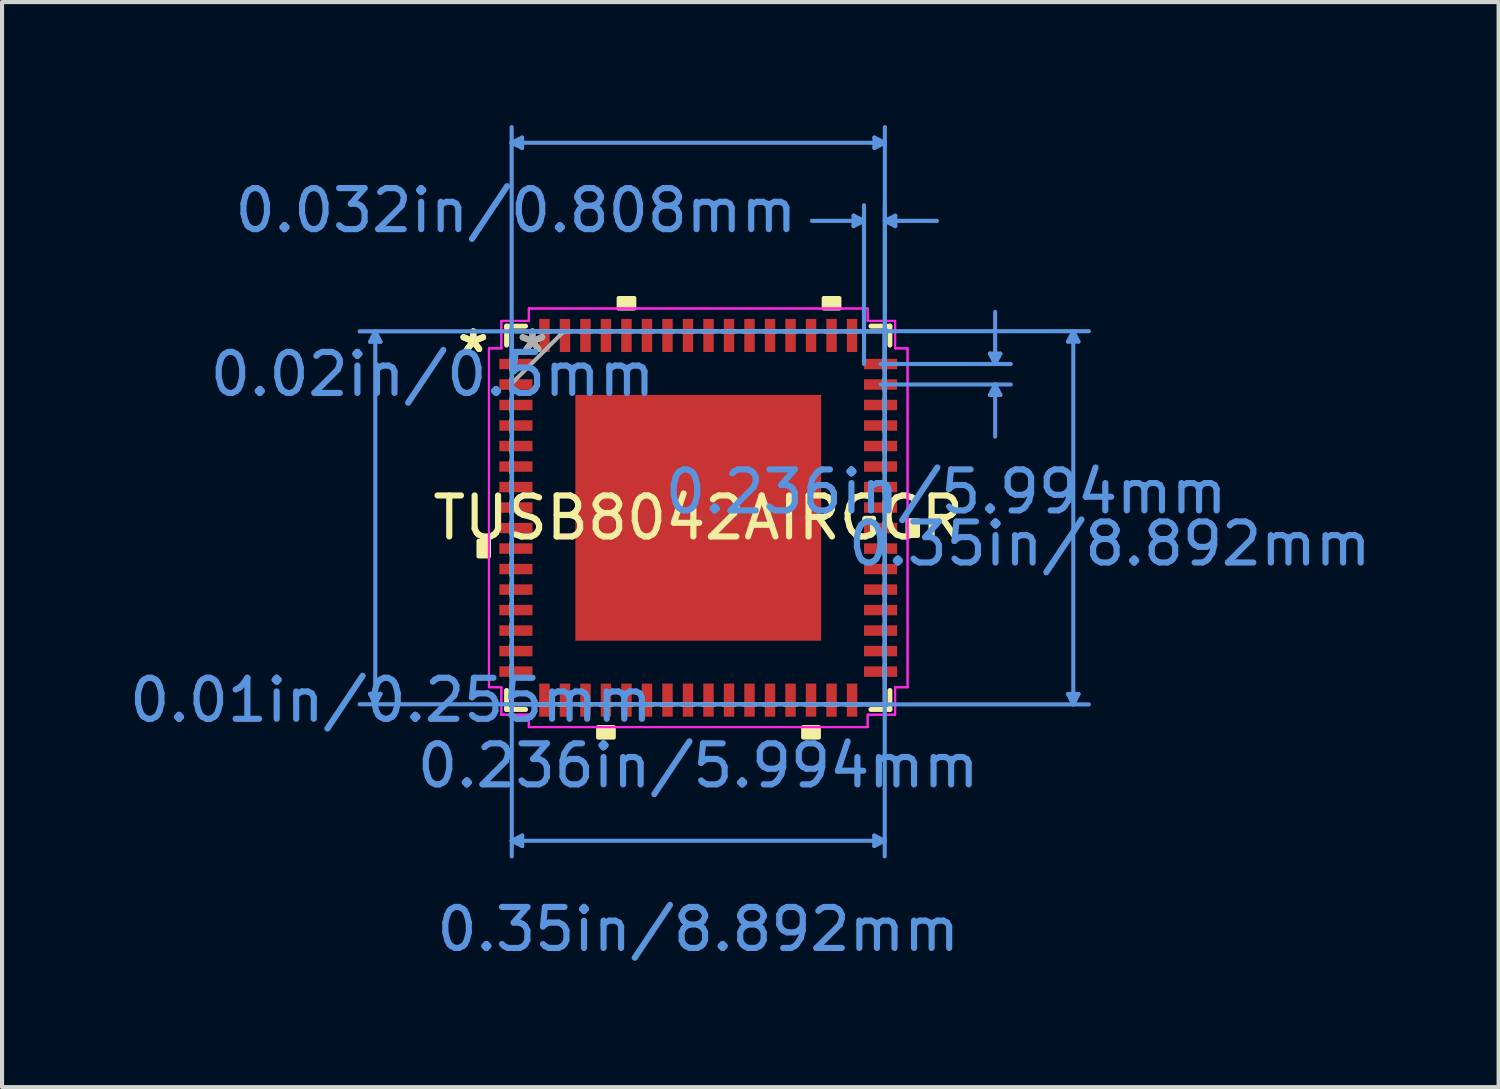
<source format=kicad_pcb>
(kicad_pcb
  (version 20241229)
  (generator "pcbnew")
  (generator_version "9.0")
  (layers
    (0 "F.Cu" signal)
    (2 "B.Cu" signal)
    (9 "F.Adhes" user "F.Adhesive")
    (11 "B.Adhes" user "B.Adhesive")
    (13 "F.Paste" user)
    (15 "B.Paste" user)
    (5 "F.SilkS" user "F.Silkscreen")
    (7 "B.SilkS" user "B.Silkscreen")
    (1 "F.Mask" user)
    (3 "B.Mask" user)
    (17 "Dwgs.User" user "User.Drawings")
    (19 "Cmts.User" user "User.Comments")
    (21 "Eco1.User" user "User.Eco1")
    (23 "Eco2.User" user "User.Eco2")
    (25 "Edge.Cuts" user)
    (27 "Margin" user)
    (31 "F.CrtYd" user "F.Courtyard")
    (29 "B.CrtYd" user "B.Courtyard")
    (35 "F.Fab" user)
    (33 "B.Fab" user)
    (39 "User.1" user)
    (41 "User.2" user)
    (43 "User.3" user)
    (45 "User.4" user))
  (footprint "TUSB8042AIRGCR"
    (layer "F.Cu")
    (at 13.976 9.576)
    (property "Reference" "TUSB8042AIRGCR" (at 0 0 0) (layer "F.SilkS") (effects (font (size 1 1) (thickness 0.15))))
    (attr through_hole)
    (fp_line (start -4.674 -4.674) (end -4.674 -4.21) (stroke (width 0.12) (type solid)) (layer "F.SilkS"))
    (fp_line (start -4.674 4.21) (end -4.674 4.674) (stroke (width 0.12) (type solid)) (layer "F.SilkS"))
    (fp_line (start -4.674 4.674) (end -4.21 4.674) (stroke (width 0.12) (type solid)) (layer "F.SilkS"))
    (fp_line (start -4.21 -4.674) (end -4.674 -4.674) (stroke (width 0.12) (type solid)) (layer "F.SilkS"))
    (fp_line (start 4.21 4.674) (end 4.674 4.674) (stroke (width 0.12) (type solid)) (layer "F.SilkS"))
    (fp_line (start 4.674 -4.674) (end 4.21 -4.674) (stroke (width 0.12) (type solid)) (layer "F.SilkS"))
    (fp_line (start 4.674 -4.21) (end 4.674 -4.674) (stroke (width 0.12) (type solid)) (layer "F.SilkS"))
    (fp_line (start 4.674 4.674) (end 4.674 4.21) (stroke (width 0.12) (type solid)) (layer "F.SilkS"))
    (fp_poly (pts (xy -5.358 0.56) (xy -5.358 0.941) (xy -5.104 0.941) (xy -5.104 0.56)) (stroke (width 0.1) (type solid)) (fill yes) (layer "F.SilkS"))
    (fp_poly (pts (xy -2.441 5.104) (xy -2.441 5.358) (xy -2.06 5.358) (xy -2.06 5.104)) (stroke (width 0.1) (type solid)) (fill yes) (layer "F.SilkS"))
    (fp_poly (pts (xy -1.94 -5.104) (xy -1.94 -5.358) (xy -1.559 -5.358) (xy -1.559 -5.104)) (stroke (width 0.1) (type solid)) (fill yes) (layer "F.SilkS"))
    (fp_poly (pts (xy 2.559 5.104) (xy 2.559 5.358) (xy 2.941 5.358) (xy 2.941 5.104)) (stroke (width 0.1) (type solid)) (fill yes) (layer "F.SilkS"))
    (fp_poly (pts (xy 3.06 -5.104) (xy 3.06 -5.358) (xy 3.441 -5.358) (xy 3.441 -5.104)) (stroke (width 0.1) (type solid)) (fill yes) (layer "F.SilkS"))
    (fp_poly (pts (xy 5.358 0.059) (xy 5.358 0.441) (xy 5.104 0.441) (xy 5.104 0.059)) (stroke (width 0.1) (type solid)) (fill yes) (layer "F.SilkS"))
    (fp_poly (pts (xy -2.897 -2.897) (xy -2.897 -1.599) (xy -1.599 -1.599) (xy -1.599 -2.897)) (stroke (width 0.1) (type solid)) (fill yes) (layer "F.Paste"))
    (fp_poly (pts (xy -2.897 -1.399) (xy -2.897 -0.1) (xy -1.599 -0.1) (xy -1.599 -1.399)) (stroke (width 0.1) (type solid)) (fill yes) (layer "F.Paste"))
    (fp_poly (pts (xy -2.897 0.1) (xy -2.897 1.399) (xy -1.599 1.399) (xy -1.599 0.1)) (stroke (width 0.1) (type solid)) (fill yes) (layer "F.Paste"))
    (fp_poly (pts (xy -2.897 1.599) (xy -2.897 2.897) (xy -1.599 2.897) (xy -1.599 1.599)) (stroke (width 0.1) (type solid)) (fill yes) (layer "F.Paste"))
    (fp_poly (pts (xy -1.399 -2.897) (xy -1.399 -1.599) (xy -0.1 -1.599) (xy -0.1 -2.897)) (stroke (width 0.1) (type solid)) (fill yes) (layer "F.Paste"))
    (fp_poly (pts (xy -1.399 -1.399) (xy -1.399 -0.1) (xy -0.1 -0.1) (xy -0.1 -1.399)) (stroke (width 0.1) (type solid)) (fill yes) (layer "F.Paste"))
    (fp_poly (pts (xy -1.399 0.1) (xy -1.399 1.399) (xy -0.1 1.399) (xy -0.1 0.1)) (stroke (width 0.1) (type solid)) (fill yes) (layer "F.Paste"))
    (fp_poly (pts (xy -1.399 1.599) (xy -1.399 2.897) (xy -0.1 2.897) (xy -0.1 1.599)) (stroke (width 0.1) (type solid)) (fill yes) (layer "F.Paste"))
    (fp_poly (pts (xy 0.1 -2.897) (xy 0.1 -1.599) (xy 1.399 -1.599) (xy 1.399 -2.897)) (stroke (width 0.1) (type solid)) (fill yes) (layer "F.Paste"))
    (fp_poly (pts (xy 0.1 -1.399) (xy 0.1 -0.1) (xy 1.399 -0.1) (xy 1.399 -1.399)) (stroke (width 0.1) (type solid)) (fill yes) (layer "F.Paste"))
    (fp_poly (pts (xy 0.1 0.1) (xy 0.1 1.399) (xy 1.399 1.399) (xy 1.399 0.1)) (stroke (width 0.1) (type solid)) (fill yes) (layer "F.Paste"))
    (fp_poly (pts (xy 0.1 1.599) (xy 0.1 2.897) (xy 1.399 2.897) (xy 1.399 1.599)) (stroke (width 0.1) (type solid)) (fill yes) (layer "F.Paste"))
    (fp_poly (pts (xy 1.599 -2.897) (xy 1.599 -1.599) (xy 2.897 -1.599) (xy 2.897 -2.897)) (stroke (width 0.1) (type solid)) (fill yes) (layer "F.Paste"))
    (fp_poly (pts (xy 1.599 -1.399) (xy 1.599 -0.1) (xy 2.897 -0.1) (xy 2.897 -1.399)) (stroke (width 0.1) (type solid)) (fill yes) (layer "F.Paste"))
    (fp_poly (pts (xy 1.599 0.1) (xy 1.599 1.399) (xy 2.897 1.399) (xy 2.897 0.1)) (stroke (width 0.1) (type solid)) (fill yes) (layer "F.Paste"))
    (fp_poly (pts (xy 1.599 1.599) (xy 1.599 2.897) (xy 2.897 2.897) (xy 2.897 1.599)) (stroke (width 0.1) (type solid)) (fill yes) (layer "F.Paste"))
    (fp_line (start -8.002 -4.293) (end -7.748 -4.293) (stroke (width 0.1) (type solid)) (layer "Cmts.User"))
    (fp_line (start -8.002 4.293) (end -7.748 4.293) (stroke (width 0.1) (type solid)) (layer "Cmts.User"))
    (fp_line (start -7.875 -4.547) (end -8.002 -4.293) (stroke (width 0.1) (type solid)) (layer "Cmts.User"))
    (fp_line (start -7.875 -4.547) (end -7.875 4.547) (stroke (width 0.1) (type solid)) (layer "Cmts.User"))
    (fp_line (start -7.875 -4.547) (end -7.748 -4.293) (stroke (width 0.1) (type solid)) (layer "Cmts.User"))
    (fp_line (start -7.875 4.547) (end -8.002 4.293) (stroke (width 0.1) (type solid)) (layer "Cmts.User"))
    (fp_line (start -7.875 4.547) (end -7.748 4.293) (stroke (width 0.1) (type solid)) (layer "Cmts.User"))
    (fp_line (start -4.55 -9.145) (end -4.296 -9.272) (stroke (width 0.1) (type solid)) (layer "Cmts.User"))
    (fp_line (start -4.55 -9.145) (end -4.296 -9.018) (stroke (width 0.1) (type solid)) (layer "Cmts.User"))
    (fp_line (start -4.55 -9.145) (end 4.55 -9.145) (stroke (width 0.1) (type solid)) (layer "Cmts.User"))
    (fp_line (start -4.55 -3.75) (end -4.55 -9.526) (stroke (width 0.1) (type solid)) (layer "Cmts.User"))
    (fp_line (start -4.547 -4.547) (end -4.547 8.256) (stroke (width 0.1) (type solid)) (layer "Cmts.User"))
    (fp_line (start -4.547 7.875) (end -4.293 7.748) (stroke (width 0.1) (type solid)) (layer "Cmts.User"))
    (fp_line (start -4.547 7.875) (end -4.293 8.002) (stroke (width 0.1) (type solid)) (layer "Cmts.User"))
    (fp_line (start -4.547 7.875) (end 4.547 7.875) (stroke (width 0.1) (type solid)) (layer "Cmts.User"))
    (fp_line (start -4.296 -9.272) (end -4.296 -9.018) (stroke (width 0.1) (type solid)) (layer "Cmts.User"))
    (fp_line (start -4.293 7.748) (end -4.293 8.002) (stroke (width 0.1) (type solid)) (layer "Cmts.User"))
    (fp_line (start 3.75 -4.55) (end 9.526 -4.55) (stroke (width 0.1) (type solid)) (layer "Cmts.User"))
    (fp_line (start 3.75 4.55) (end 9.526 4.55) (stroke (width 0.1) (type solid)) (layer "Cmts.User"))
    (fp_line (start 3.788 -7.367) (end 3.788 -7.113) (stroke (width 0.1) (type solid)) (layer "Cmts.User"))
    (fp_line (start 4.042 -7.24) (end 2.772 -7.24) (stroke (width 0.1) (type solid)) (layer "Cmts.User"))
    (fp_line (start 4.042 -7.24) (end 3.788 -7.367) (stroke (width 0.1) (type solid)) (layer "Cmts.User"))
    (fp_line (start 4.042 -7.24) (end 3.788 -7.113) (stroke (width 0.1) (type solid)) (layer "Cmts.User"))
    (fp_line (start 4.042 -3.75) (end 4.042 -7.621) (stroke (width 0.1) (type solid)) (layer "Cmts.User"))
    (fp_line (start 4.293 7.748) (end 4.293 8.002) (stroke (width 0.1) (type solid)) (layer "Cmts.User"))
    (fp_line (start 4.296 -9.272) (end 4.296 -9.018) (stroke (width 0.1) (type solid)) (layer "Cmts.User"))
    (fp_line (start 4.446 -3.75) (end 7.621 -3.75) (stroke (width 0.1) (type solid)) (layer "Cmts.User"))
    (fp_line (start 4.446 -3.25) (end 7.621 -3.25) (stroke (width 0.1) (type solid)) (layer "Cmts.User"))
    (fp_line (start 4.547 -4.547) (end -8.256 -4.547) (stroke (width 0.1) (type solid)) (layer "Cmts.User"))
    (fp_line (start 4.547 -4.547) (end 4.547 8.256) (stroke (width 0.1) (type solid)) (layer "Cmts.User"))
    (fp_line (start 4.547 4.547) (end -8.256 4.547) (stroke (width 0.1) (type solid)) (layer "Cmts.User"))
    (fp_line (start 4.547 7.875) (end 4.293 7.748) (stroke (width 0.1) (type solid)) (layer "Cmts.User"))
    (fp_line (start 4.547 7.875) (end 4.293 8.002) (stroke (width 0.1) (type solid)) (layer "Cmts.User"))
    (fp_line (start 4.55 -9.145) (end 4.296 -9.272) (stroke (width 0.1) (type solid)) (layer "Cmts.User"))
    (fp_line (start 4.55 -9.145) (end 4.296 -9.018) (stroke (width 0.1) (type solid)) (layer "Cmts.User"))
    (fp_line (start 4.55 -7.24) (end 4.804 -7.367) (stroke (width 0.1) (type solid)) (layer "Cmts.User"))
    (fp_line (start 4.55 -7.24) (end 4.804 -7.113) (stroke (width 0.1) (type solid)) (layer "Cmts.User"))
    (fp_line (start 4.55 -7.24) (end 5.82 -7.24) (stroke (width 0.1) (type solid)) (layer "Cmts.User"))
    (fp_line (start 4.55 -3.75) (end 4.55 -9.526) (stroke (width 0.1) (type solid)) (layer "Cmts.User"))
    (fp_line (start 4.55 -3.75) (end 4.55 -7.621) (stroke (width 0.1) (type solid)) (layer "Cmts.User"))
    (fp_line (start 4.804 -7.367) (end 4.804 -7.113) (stroke (width 0.1) (type solid)) (layer "Cmts.User"))
    (fp_line (start 7.113 -4.004) (end 7.367 -4.004) (stroke (width 0.1) (type solid)) (layer "Cmts.User"))
    (fp_line (start 7.113 -2.996) (end 7.367 -2.996) (stroke (width 0.1) (type solid)) (layer "Cmts.User"))
    (fp_line (start 7.24 -3.75) (end 7.113 -4.004) (stroke (width 0.1) (type solid)) (layer "Cmts.User"))
    (fp_line (start 7.24 -3.75) (end 7.24 -5.02) (stroke (width 0.1) (type solid)) (layer "Cmts.User"))
    (fp_line (start 7.24 -3.75) (end 7.367 -4.004) (stroke (width 0.1) (type solid)) (layer "Cmts.User"))
    (fp_line (start 7.24 -3.25) (end 7.113 -2.996) (stroke (width 0.1) (type solid)) (layer "Cmts.User"))
    (fp_line (start 7.24 -3.25) (end 7.24 -1.98) (stroke (width 0.1) (type solid)) (layer "Cmts.User"))
    (fp_line (start 7.24 -3.25) (end 7.367 -2.996) (stroke (width 0.1) (type solid)) (layer "Cmts.User"))
    (fp_line (start 9.018 -4.296) (end 9.272 -4.296) (stroke (width 0.1) (type solid)) (layer "Cmts.User"))
    (fp_line (start 9.018 4.296) (end 9.272 4.296) (stroke (width 0.1) (type solid)) (layer "Cmts.User"))
    (fp_line (start 9.145 -4.55) (end 9.018 -4.296) (stroke (width 0.1) (type solid)) (layer "Cmts.User"))
    (fp_line (start 9.145 -4.55) (end 9.145 4.55) (stroke (width 0.1) (type solid)) (layer "Cmts.User"))
    (fp_line (start 9.145 -4.55) (end 9.272 -4.296) (stroke (width 0.1) (type solid)) (layer "Cmts.User"))
    (fp_line (start 9.145 4.55) (end 9.018 4.296) (stroke (width 0.1) (type solid)) (layer "Cmts.User"))
    (fp_line (start 9.145 4.55) (end 9.272 4.296) (stroke (width 0.1) (type solid)) (layer "Cmts.User"))
    (fp_line (start -5.104 -4.131) (end -4.801 -4.131) (stroke (width 0.05) (type solid)) (layer "F.CrtYd"))
    (fp_line (start -5.104 -4.131) (end -4.801 -4.131) (stroke (width 0.05) (type solid)) (layer "F.CrtYd"))
    (fp_line (start -5.104 4.131) (end -5.104 -4.131) (stroke (width 0.05) (type solid)) (layer "F.CrtYd"))
    (fp_line (start -5.104 4.131) (end -5.104 -4.131) (stroke (width 0.05) (type solid)) (layer "F.CrtYd"))
    (fp_line (start -4.801 -4.801) (end -4.131 -4.801) (stroke (width 0.05) (type solid)) (layer "F.CrtYd"))
    (fp_line (start -4.801 -4.801) (end -4.131 -4.801) (stroke (width 0.05) (type solid)) (layer "F.CrtYd"))
    (fp_line (start -4.801 -4.131) (end -4.801 -4.801) (stroke (width 0.05) (type solid)) (layer "F.CrtYd"))
    (fp_line (start -4.801 -4.131) (end -4.801 -4.801) (stroke (width 0.05) (type solid)) (layer "F.CrtYd"))
    (fp_line (start -4.801 4.131) (end -5.104 4.131) (stroke (width 0.05) (type solid)) (layer "F.CrtYd"))
    (fp_line (start -4.801 4.131) (end -5.104 4.131) (stroke (width 0.05) (type solid)) (layer "F.CrtYd"))
    (fp_line (start -4.801 4.801) (end -4.801 4.131) (stroke (width 0.05) (type solid)) (layer "F.CrtYd"))
    (fp_line (start -4.801 4.801) (end -4.801 4.131) (stroke (width 0.05) (type solid)) (layer "F.CrtYd"))
    (fp_line (start -4.131 -5.104) (end 4.131 -5.104) (stroke (width 0.05) (type solid)) (layer "F.CrtYd"))
    (fp_line (start -4.131 -5.104) (end 4.131 -5.104) (stroke (width 0.05) (type solid)) (layer "F.CrtYd"))
    (fp_line (start -4.131 -4.801) (end -4.131 -5.104) (stroke (width 0.05) (type solid)) (layer "F.CrtYd"))
    (fp_line (start -4.131 -4.801) (end -4.131 -5.104) (stroke (width 0.05) (type solid)) (layer "F.CrtYd"))
    (fp_line (start -4.131 4.801) (end -4.801 4.801) (stroke (width 0.05) (type solid)) (layer "F.CrtYd"))
    (fp_line (start -4.131 4.801) (end -4.801 4.801) (stroke (width 0.05) (type solid)) (layer "F.CrtYd"))
    (fp_line (start -4.131 5.104) (end -4.131 4.801) (stroke (width 0.05) (type solid)) (layer "F.CrtYd"))
    (fp_line (start -4.131 5.104) (end -4.131 4.801) (stroke (width 0.05) (type solid)) (layer "F.CrtYd"))
    (fp_line (start 4.131 -5.104) (end 4.131 -4.801) (stroke (width 0.05) (type solid)) (layer "F.CrtYd"))
    (fp_line (start 4.131 -5.104) (end 4.131 -4.801) (stroke (width 0.05) (type solid)) (layer "F.CrtYd"))
    (fp_line (start 4.131 -4.801) (end 4.801 -4.801) (stroke (width 0.05) (type solid)) (layer "F.CrtYd"))
    (fp_line (start 4.131 -4.801) (end 4.801 -4.801) (stroke (width 0.05) (type solid)) (layer "F.CrtYd"))
    (fp_line (start 4.131 4.801) (end 4.131 5.104) (stroke (width 0.05) (type solid)) (layer "F.CrtYd"))
    (fp_line (start 4.131 4.801) (end 4.131 5.104) (stroke (width 0.05) (type solid)) (layer "F.CrtYd"))
    (fp_line (start 4.131 5.104) (end -4.131 5.104) (stroke (width 0.05) (type solid)) (layer "F.CrtYd"))
    (fp_line (start 4.131 5.104) (end -4.131 5.104) (stroke (width 0.05) (type solid)) (layer "F.CrtYd"))
    (fp_line (start 4.801 -4.801) (end 4.801 -4.131) (stroke (width 0.05) (type solid)) (layer "F.CrtYd"))
    (fp_line (start 4.801 -4.801) (end 4.801 -4.131) (stroke (width 0.05) (type solid)) (layer "F.CrtYd"))
    (fp_line (start 4.801 -4.131) (end 5.104 -4.131) (stroke (width 0.05) (type solid)) (layer "F.CrtYd"))
    (fp_line (start 4.801 -4.131) (end 5.104 -4.131) (stroke (width 0.05) (type solid)) (layer "F.CrtYd"))
    (fp_line (start 4.801 4.131) (end 4.801 4.801) (stroke (width 0.05) (type solid)) (layer "F.CrtYd"))
    (fp_line (start 4.801 4.131) (end 4.801 4.801) (stroke (width 0.05) (type solid)) (layer "F.CrtYd"))
    (fp_line (start 4.801 4.801) (end 4.131 4.801) (stroke (width 0.05) (type solid)) (layer "F.CrtYd"))
    (fp_line (start 4.801 4.801) (end 4.131 4.801) (stroke (width 0.05) (type solid)) (layer "F.CrtYd"))
    (fp_line (start 5.104 -4.131) (end 5.104 4.131) (stroke (width 0.05) (type solid)) (layer "F.CrtYd"))
    (fp_line (start 5.104 -4.131) (end 5.104 4.131) (stroke (width 0.05) (type solid)) (layer "F.CrtYd"))
    (fp_line (start 5.104 4.131) (end 4.801 4.131) (stroke (width 0.05) (type solid)) (layer "F.CrtYd"))
    (fp_line (start 5.104 4.131) (end 4.801 4.131) (stroke (width 0.05) (type solid)) (layer "F.CrtYd"))
    (fp_line (start -4.55 -3.902) (end -4.55 -3.598) (stroke (width 0.1) (type solid)) (layer "F.Fab"))
    (fp_line (start -4.55 -3.598) (end -4.547 -3.598) (stroke (width 0.1) (type solid)) (layer "F.Fab"))
    (fp_line (start -4.55 -3.402) (end -4.55 -3.098) (stroke (width 0.1) (type solid)) (layer "F.Fab"))
    (fp_line (start -4.55 -3.098) (end -4.547 -3.098) (stroke (width 0.1) (type solid)) (layer "F.Fab"))
    (fp_line (start -4.55 -2.902) (end -4.55 -2.598) (stroke (width 0.1) (type solid)) (layer "F.Fab"))
    (fp_line (start -4.55 -2.598) (end -4.547 -2.598) (stroke (width 0.1) (type solid)) (layer "F.Fab"))
    (fp_line (start -4.55 -2.402) (end -4.55 -2.098) (stroke (width 0.1) (type solid)) (layer "F.Fab"))
    (fp_line (start -4.55 -2.098) (end -4.547 -2.098) (stroke (width 0.1) (type solid)) (layer "F.Fab"))
    (fp_line (start -4.55 -1.902) (end -4.55 -1.598) (stroke (width 0.1) (type solid)) (layer "F.Fab"))
    (fp_line (start -4.55 -1.598) (end -4.547 -1.598) (stroke (width 0.1) (type solid)) (layer "F.Fab"))
    (fp_line (start -4.55 -1.402) (end -4.55 -1.098) (stroke (width 0.1) (type solid)) (layer "F.Fab"))
    (fp_line (start -4.55 -1.098) (end -4.547 -1.098) (stroke (width 0.1) (type solid)) (layer "F.Fab"))
    (fp_line (start -4.55 -0.902) (end -4.55 -0.598) (stroke (width 0.1) (type solid)) (layer "F.Fab"))
    (fp_line (start -4.55 -0.598) (end -4.547 -0.598) (stroke (width 0.1) (type solid)) (layer "F.Fab"))
    (fp_line (start -4.55 -0.402) (end -4.55 -0.098) (stroke (width 0.1) (type solid)) (layer "F.Fab"))
    (fp_line (start -4.55 -0.098) (end -4.547 -0.098) (stroke (width 0.1) (type solid)) (layer "F.Fab"))
    (fp_line (start -4.55 0.098) (end -4.55 0.402) (stroke (width 0.1) (type solid)) (layer "F.Fab"))
    (fp_line (start -4.55 0.402) (end -4.547 0.402) (stroke (width 0.1) (type solid)) (layer "F.Fab"))
    (fp_line (start -4.55 0.598) (end -4.55 0.902) (stroke (width 0.1) (type solid)) (layer "F.Fab"))
    (fp_line (start -4.55 0.902) (end -4.547 0.902) (stroke (width 0.1) (type solid)) (layer "F.Fab"))
    (fp_line (start -4.55 1.098) (end -4.55 1.402) (stroke (width 0.1) (type solid)) (layer "F.Fab"))
    (fp_line (start -4.55 1.402) (end -4.547 1.402) (stroke (width 0.1) (type solid)) (layer "F.Fab"))
    (fp_line (start -4.55 1.598) (end -4.55 1.902) (stroke (width 0.1) (type solid)) (layer "F.Fab"))
    (fp_line (start -4.55 1.902) (end -4.547 1.902) (stroke (width 0.1) (type solid)) (layer "F.Fab"))
    (fp_line (start -4.55 2.098) (end -4.55 2.402) (stroke (width 0.1) (type solid)) (layer "F.Fab"))
    (fp_line (start -4.55 2.402) (end -4.547 2.402) (stroke (width 0.1) (type solid)) (layer "F.Fab"))
    (fp_line (start -4.55 2.598) (end -4.55 2.902) (stroke (width 0.1) (type solid)) (layer "F.Fab"))
    (fp_line (start -4.55 2.902) (end -4.547 2.902) (stroke (width 0.1) (type solid)) (layer "F.Fab"))
    (fp_line (start -4.55 3.098) (end -4.55 3.402) (stroke (width 0.1) (type solid)) (layer "F.Fab"))
    (fp_line (start -4.55 3.402) (end -4.547 3.402) (stroke (width 0.1) (type solid)) (layer "F.Fab"))
    (fp_line (start -4.55 3.598) (end -4.55 3.902) (stroke (width 0.1) (type solid)) (layer "F.Fab"))
    (fp_line (start -4.55 3.902) (end -4.547 3.902) (stroke (width 0.1) (type solid)) (layer "F.Fab"))
    (fp_line (start -4.547 -4.547) (end -4.547 -4.547) (stroke (width 0.1) (type solid)) (layer "F.Fab"))
    (fp_line (start -4.547 -4.547) (end -4.547 4.547) (stroke (width 0.1) (type solid)) (layer "F.Fab"))
    (fp_line (start -4.547 -3.902) (end -4.55 -3.902) (stroke (width 0.1) (type solid)) (layer "F.Fab"))
    (fp_line (start -4.547 -3.598) (end -4.547 -3.902) (stroke (width 0.1) (type solid)) (layer "F.Fab"))
    (fp_line (start -4.547 -3.402) (end -4.55 -3.402) (stroke (width 0.1) (type solid)) (layer "F.Fab"))
    (fp_line (start -4.547 -3.277) (end -3.277 -4.547) (stroke (width 0.1) (type solid)) (layer "F.Fab"))
    (fp_line (start -4.547 -3.098) (end -4.547 -3.402) (stroke (width 0.1) (type solid)) (layer "F.Fab"))
    (fp_line (start -4.547 -2.902) (end -4.55 -2.902) (stroke (width 0.1) (type solid)) (layer "F.Fab"))
    (fp_line (start -4.547 -2.598) (end -4.547 -2.902) (stroke (width 0.1) (type solid)) (layer "F.Fab"))
    (fp_line (start -4.547 -2.402) (end -4.55 -2.402) (stroke (width 0.1) (type solid)) (layer "F.Fab"))
    (fp_line (start -4.547 -2.098) (end -4.547 -2.402) (stroke (width 0.1) (type solid)) (layer "F.Fab"))
    (fp_line (start -4.547 -1.902) (end -4.55 -1.902) (stroke (width 0.1) (type solid)) (layer "F.Fab"))
    (fp_line (start -4.547 -1.598) (end -4.547 -1.902) (stroke (width 0.1) (type solid)) (layer "F.Fab"))
    (fp_line (start -4.547 -1.402) (end -4.55 -1.402) (stroke (width 0.1) (type solid)) (layer "F.Fab"))
    (fp_line (start -4.547 -1.098) (end -4.547 -1.402) (stroke (width 0.1) (type solid)) (layer "F.Fab"))
    (fp_line (start -4.547 -0.902) (end -4.55 -0.902) (stroke (width 0.1) (type solid)) (layer "F.Fab"))
    (fp_line (start -4.547 -0.598) (end -4.547 -0.902) (stroke (width 0.1) (type solid)) (layer "F.Fab"))
    (fp_line (start -4.547 -0.402) (end -4.55 -0.402) (stroke (width 0.1) (type solid)) (layer "F.Fab"))
    (fp_line (start -4.547 -0.098) (end -4.547 -0.402) (stroke (width 0.1) (type solid)) (layer "F.Fab"))
    (fp_line (start -4.547 0.098) (end -4.55 0.098) (stroke (width 0.1) (type solid)) (layer "F.Fab"))
    (fp_line (start -4.547 0.402) (end -4.547 0.098) (stroke (width 0.1) (type solid)) (layer "F.Fab"))
    (fp_line (start -4.547 0.598) (end -4.55 0.598) (stroke (width 0.1) (type solid)) (layer "F.Fab"))
    (fp_line (start -4.547 0.902) (end -4.547 0.598) (stroke (width 0.1) (type solid)) (layer "F.Fab"))
    (fp_line (start -4.547 1.098) (end -4.55 1.098) (stroke (width 0.1) (type solid)) (layer "F.Fab"))
    (fp_line (start -4.547 1.402) (end -4.547 1.098) (stroke (width 0.1) (type solid)) (layer "F.Fab"))
    (fp_line (start -4.547 1.598) (end -4.55 1.598) (stroke (width 0.1) (type solid)) (layer "F.Fab"))
    (fp_line (start -4.547 1.902) (end -4.547 1.598) (stroke (width 0.1) (type solid)) (layer "F.Fab"))
    (fp_line (start -4.547 2.098) (end -4.55 2.098) (stroke (width 0.1) (type solid)) (layer "F.Fab"))
    (fp_line (start -4.547 2.402) (end -4.547 2.098) (stroke (width 0.1) (type solid)) (layer "F.Fab"))
    (fp_line (start -4.547 2.598) (end -4.55 2.598) (stroke (width 0.1) (type solid)) (layer "F.Fab"))
    (fp_line (start -4.547 2.902) (end -4.547 2.598) (stroke (width 0.1) (type solid)) (layer "F.Fab"))
    (fp_line (start -4.547 3.098) (end -4.55 3.098) (stroke (width 0.1) (type solid)) (layer "F.Fab"))
    (fp_line (start -4.547 3.402) (end -4.547 3.098) (stroke (width 0.1) (type solid)) (layer "F.Fab"))
    (fp_line (start -4.547 3.598) (end -4.55 3.598) (stroke (width 0.1) (type solid)) (layer "F.Fab"))
    (fp_line (start -4.547 3.902) (end -4.547 3.598) (stroke (width 0.1) (type solid)) (layer "F.Fab"))
    (fp_line (start -4.547 4.547) (end -4.547 4.547) (stroke (width 0.1) (type solid)) (layer "F.Fab"))
    (fp_line (start -4.547 4.547) (end 4.547 4.547) (stroke (width 0.1) (type solid)) (layer "F.Fab"))
    (fp_line (start -3.902 -4.55) (end -3.902 -4.547) (stroke (width 0.1) (type solid)) (layer "F.Fab"))
    (fp_line (start -3.902 -4.547) (end -3.598 -4.547) (stroke (width 0.1) (type solid)) (layer "F.Fab"))
    (fp_line (start -3.902 4.547) (end -3.902 4.55) (stroke (width 0.1) (type solid)) (layer "F.Fab"))
    (fp_line (start -3.902 4.55) (end -3.598 4.55) (stroke (width 0.1) (type solid)) (layer "F.Fab"))
    (fp_line (start -3.598 -4.55) (end -3.902 -4.55) (stroke (width 0.1) (type solid)) (layer "F.Fab"))
    (fp_line (start -3.598 -4.547) (end -3.598 -4.55) (stroke (width 0.1) (type solid)) (layer "F.Fab"))
    (fp_line (start -3.598 4.547) (end -3.902 4.547) (stroke (width 0.1) (type solid)) (layer "F.Fab"))
    (fp_line (start -3.598 4.55) (end -3.598 4.547) (stroke (width 0.1) (type solid)) (layer "F.Fab"))
    (fp_line (start -3.402 -4.55) (end -3.402 -4.547) (stroke (width 0.1) (type solid)) (layer "F.Fab"))
    (fp_line (start -3.402 -4.547) (end -3.098 -4.547) (stroke (width 0.1) (type solid)) (layer "F.Fab"))
    (fp_line (start -3.402 4.547) (end -3.402 4.55) (stroke (width 0.1) (type solid)) (layer "F.Fab"))
    (fp_line (start -3.402 4.55) (end -3.098 4.55) (stroke (width 0.1) (type solid)) (layer "F.Fab"))
    (fp_line (start -3.098 -4.55) (end -3.402 -4.55) (stroke (width 0.1) (type solid)) (layer "F.Fab"))
    (fp_line (start -3.098 -4.547) (end -3.098 -4.55) (stroke (width 0.1) (type solid)) (layer "F.Fab"))
    (fp_line (start -3.098 4.547) (end -3.402 4.547) (stroke (width 0.1) (type solid)) (layer "F.Fab"))
    (fp_line (start -3.098 4.55) (end -3.098 4.547) (stroke (width 0.1) (type solid)) (layer "F.Fab"))
    (fp_line (start -2.902 -4.55) (end -2.902 -4.547) (stroke (width 0.1) (type solid)) (layer "F.Fab"))
    (fp_line (start -2.902 -4.547) (end -2.598 -4.547) (stroke (width 0.1) (type solid)) (layer "F.Fab"))
    (fp_line (start -2.902 4.547) (end -2.902 4.55) (stroke (width 0.1) (type solid)) (layer "F.Fab"))
    (fp_line (start -2.902 4.55) (end -2.598 4.55) (stroke (width 0.1) (type solid)) (layer "F.Fab"))
    (fp_line (start -2.598 -4.55) (end -2.902 -4.55) (stroke (width 0.1) (type solid)) (layer "F.Fab"))
    (fp_line (start -2.598 -4.547) (end -2.598 -4.55) (stroke (width 0.1) (type solid)) (layer "F.Fab"))
    (fp_line (start -2.598 4.547) (end -2.902 4.547) (stroke (width 0.1) (type solid)) (layer "F.Fab"))
    (fp_line (start -2.598 4.55) (end -2.598 4.547) (stroke (width 0.1) (type solid)) (layer "F.Fab"))
    (fp_line (start -2.402 -4.55) (end -2.402 -4.547) (stroke (width 0.1) (type solid)) (layer "F.Fab"))
    (fp_line (start -2.402 -4.547) (end -2.098 -4.547) (stroke (width 0.1) (type solid)) (layer "F.Fab"))
    (fp_line (start -2.402 4.547) (end -2.402 4.55) (stroke (width 0.1) (type solid)) (layer "F.Fab"))
    (fp_line (start -2.402 4.55) (end -2.098 4.55) (stroke (width 0.1) (type solid)) (layer "F.Fab"))
    (fp_line (start -2.098 -4.55) (end -2.402 -4.55) (stroke (width 0.1) (type solid)) (layer "F.Fab"))
    (fp_line (start -2.098 -4.547) (end -2.098 -4.55) (stroke (width 0.1) (type solid)) (layer "F.Fab"))
    (fp_line (start -2.098 4.547) (end -2.402 4.547) (stroke (width 0.1) (type solid)) (layer "F.Fab"))
    (fp_line (start -2.098 4.55) (end -2.098 4.547) (stroke (width 0.1) (type solid)) (layer "F.Fab"))
    (fp_line (start -1.902 -4.55) (end -1.902 -4.547) (stroke (width 0.1) (type solid)) (layer "F.Fab"))
    (fp_line (start -1.902 -4.547) (end -1.598 -4.547) (stroke (width 0.1) (type solid)) (layer "F.Fab"))
    (fp_line (start -1.902 4.547) (end -1.902 4.55) (stroke (width 0.1) (type solid)) (layer "F.Fab"))
    (fp_line (start -1.902 4.55) (end -1.598 4.55) (stroke (width 0.1) (type solid)) (layer "F.Fab"))
    (fp_line (start -1.598 -4.55) (end -1.902 -4.55) (stroke (width 0.1) (type solid)) (layer "F.Fab"))
    (fp_line (start -1.598 -4.547) (end -1.598 -4.55) (stroke (width 0.1) (type solid)) (layer "F.Fab"))
    (fp_line (start -1.598 4.547) (end -1.902 4.547) (stroke (width 0.1) (type solid)) (layer "F.Fab"))
    (fp_line (start -1.598 4.55) (end -1.598 4.547) (stroke (width 0.1) (type solid)) (layer "F.Fab"))
    (fp_line (start -1.402 -4.55) (end -1.402 -4.547) (stroke (width 0.1) (type solid)) (layer "F.Fab"))
    (fp_line (start -1.402 -4.547) (end -1.098 -4.547) (stroke (width 0.1) (type solid)) (layer "F.Fab"))
    (fp_line (start -1.402 4.547) (end -1.402 4.55) (stroke (width 0.1) (type solid)) (layer "F.Fab"))
    (fp_line (start -1.402 4.55) (end -1.098 4.55) (stroke (width 0.1) (type solid)) (layer "F.Fab"))
    (fp_line (start -1.098 -4.55) (end -1.402 -4.55) (stroke (width 0.1) (type solid)) (layer "F.Fab"))
    (fp_line (start -1.098 -4.547) (end -1.098 -4.55) (stroke (width 0.1) (type solid)) (layer "F.Fab"))
    (fp_line (start -1.098 4.547) (end -1.402 4.547) (stroke (width 0.1) (type solid)) (layer "F.Fab"))
    (fp_line (start -1.098 4.55) (end -1.098 4.547) (stroke (width 0.1) (type solid)) (layer "F.Fab"))
    (fp_line (start -0.902 -4.55) (end -0.902 -4.547) (stroke (width 0.1) (type solid)) (layer "F.Fab"))
    (fp_line (start -0.902 -4.547) (end -0.598 -4.547) (stroke (width 0.1) (type solid)) (layer "F.Fab"))
    (fp_line (start -0.902 4.547) (end -0.902 4.55) (stroke (width 0.1) (type solid)) (layer "F.Fab"))
    (fp_line (start -0.902 4.55) (end -0.598 4.55) (stroke (width 0.1) (type solid)) (layer "F.Fab"))
    (fp_line (start -0.598 -4.55) (end -0.902 -4.55) (stroke (width 0.1) (type solid)) (layer "F.Fab"))
    (fp_line (start -0.598 -4.547) (end -0.598 -4.55) (stroke (width 0.1) (type solid)) (layer "F.Fab"))
    (fp_line (start -0.598 4.547) (end -0.902 4.547) (stroke (width 0.1) (type solid)) (layer "F.Fab"))
    (fp_line (start -0.598 4.55) (end -0.598 4.547) (stroke (width 0.1) (type solid)) (layer "F.Fab"))
    (fp_line (start -0.402 -4.55) (end -0.402 -4.547) (stroke (width 0.1) (type solid)) (layer "F.Fab"))
    (fp_line (start -0.402 -4.547) (end -0.098 -4.547) (stroke (width 0.1) (type solid)) (layer "F.Fab"))
    (fp_line (start -0.402 4.547) (end -0.402 4.55) (stroke (width 0.1) (type solid)) (layer "F.Fab"))
    (fp_line (start -0.402 4.55) (end -0.098 4.55) (stroke (width 0.1) (type solid)) (layer "F.Fab"))
    (fp_line (start -0.098 -4.55) (end -0.402 -4.55) (stroke (width 0.1) (type solid)) (layer "F.Fab"))
    (fp_line (start -0.098 -4.547) (end -0.098 -4.55) (stroke (width 0.1) (type solid)) (layer "F.Fab"))
    (fp_line (start -0.098 4.547) (end -0.402 4.547) (stroke (width 0.1) (type solid)) (layer "F.Fab"))
    (fp_line (start -0.098 4.55) (end -0.098 4.547) (stroke (width 0.1) (type solid)) (layer "F.Fab"))
    (fp_line (start 0.098 -4.55) (end 0.098 -4.547) (stroke (width 0.1) (type solid)) (layer "F.Fab"))
    (fp_line (start 0.098 -4.547) (end 0.402 -4.547) (stroke (width 0.1) (type solid)) (layer "F.Fab"))
    (fp_line (start 0.098 4.547) (end 0.098 4.55) (stroke (width 0.1) (type solid)) (layer "F.Fab"))
    (fp_line (start 0.098 4.55) (end 0.402 4.55) (stroke (width 0.1) (type solid)) (layer "F.Fab"))
    (fp_line (start 0.402 -4.55) (end 0.098 -4.55) (stroke (width 0.1) (type solid)) (layer "F.Fab"))
    (fp_line (start 0.402 -4.547) (end 0.402 -4.55) (stroke (width 0.1) (type solid)) (layer "F.Fab"))
    (fp_line (start 0.402 4.547) (end 0.098 4.547) (stroke (width 0.1) (type solid)) (layer "F.Fab"))
    (fp_line (start 0.402 4.55) (end 0.402 4.547) (stroke (width 0.1) (type solid)) (layer "F.Fab"))
    (fp_line (start 0.598 -4.55) (end 0.598 -4.547) (stroke (width 0.1) (type solid)) (layer "F.Fab"))
    (fp_line (start 0.598 -4.547) (end 0.902 -4.547) (stroke (width 0.1) (type solid)) (layer "F.Fab"))
    (fp_line (start 0.598 4.547) (end 0.598 4.55) (stroke (width 0.1) (type solid)) (layer "F.Fab"))
    (fp_line (start 0.598 4.55) (end 0.902 4.55) (stroke (width 0.1) (type solid)) (layer "F.Fab"))
    (fp_line (start 0.902 -4.55) (end 0.598 -4.55) (stroke (width 0.1) (type solid)) (layer "F.Fab"))
    (fp_line (start 0.902 -4.547) (end 0.902 -4.55) (stroke (width 0.1) (type solid)) (layer "F.Fab"))
    (fp_line (start 0.902 4.547) (end 0.598 4.547) (stroke (width 0.1) (type solid)) (layer "F.Fab"))
    (fp_line (start 0.902 4.55) (end 0.902 4.547) (stroke (width 0.1) (type solid)) (layer "F.Fab"))
    (fp_line (start 1.098 -4.55) (end 1.098 -4.547) (stroke (width 0.1) (type solid)) (layer "F.Fab"))
    (fp_line (start 1.098 -4.547) (end 1.402 -4.547) (stroke (width 0.1) (type solid)) (layer "F.Fab"))
    (fp_line (start 1.098 4.547) (end 1.098 4.55) (stroke (width 0.1) (type solid)) (layer "F.Fab"))
    (fp_line (start 1.098 4.55) (end 1.402 4.55) (stroke (width 0.1) (type solid)) (layer "F.Fab"))
    (fp_line (start 1.402 -4.55) (end 1.098 -4.55) (stroke (width 0.1) (type solid)) (layer "F.Fab"))
    (fp_line (start 1.402 -4.547) (end 1.402 -4.55) (stroke (width 0.1) (type solid)) (layer "F.Fab"))
    (fp_line (start 1.402 4.547) (end 1.098 4.547) (stroke (width 0.1) (type solid)) (layer "F.Fab"))
    (fp_line (start 1.402 4.55) (end 1.402 4.547) (stroke (width 0.1) (type solid)) (layer "F.Fab"))
    (fp_line (start 1.598 -4.55) (end 1.598 -4.547) (stroke (width 0.1) (type solid)) (layer "F.Fab"))
    (fp_line (start 1.598 -4.547) (end 1.902 -4.547) (stroke (width 0.1) (type solid)) (layer "F.Fab"))
    (fp_line (start 1.598 4.547) (end 1.598 4.55) (stroke (width 0.1) (type solid)) (layer "F.Fab"))
    (fp_line (start 1.598 4.55) (end 1.902 4.55) (stroke (width 0.1) (type solid)) (layer "F.Fab"))
    (fp_line (start 1.902 -4.55) (end 1.598 -4.55) (stroke (width 0.1) (type solid)) (layer "F.Fab"))
    (fp_line (start 1.902 -4.547) (end 1.902 -4.55) (stroke (width 0.1) (type solid)) (layer "F.Fab"))
    (fp_line (start 1.902 4.547) (end 1.598 4.547) (stroke (width 0.1) (type solid)) (layer "F.Fab"))
    (fp_line (start 1.902 4.55) (end 1.902 4.547) (stroke (width 0.1) (type solid)) (layer "F.Fab"))
    (fp_line (start 2.098 -4.55) (end 2.098 -4.547) (stroke (width 0.1) (type solid)) (layer "F.Fab"))
    (fp_line (start 2.098 -4.547) (end 2.402 -4.547) (stroke (width 0.1) (type solid)) (layer "F.Fab"))
    (fp_line (start 2.098 4.547) (end 2.098 4.55) (stroke (width 0.1) (type solid)) (layer "F.Fab"))
    (fp_line (start 2.098 4.55) (end 2.402 4.55) (stroke (width 0.1) (type solid)) (layer "F.Fab"))
    (fp_line (start 2.402 -4.55) (end 2.098 -4.55) (stroke (width 0.1) (type solid)) (layer "F.Fab"))
    (fp_line (start 2.402 -4.547) (end 2.402 -4.55) (stroke (width 0.1) (type solid)) (layer "F.Fab"))
    (fp_line (start 2.402 4.547) (end 2.098 4.547) (stroke (width 0.1) (type solid)) (layer "F.Fab"))
    (fp_line (start 2.402 4.55) (end 2.402 4.547) (stroke (width 0.1) (type solid)) (layer "F.Fab"))
    (fp_line (start 2.598 -4.55) (end 2.598 -4.547) (stroke (width 0.1) (type solid)) (layer "F.Fab"))
    (fp_line (start 2.598 -4.547) (end 2.902 -4.547) (stroke (width 0.1) (type solid)) (layer "F.Fab"))
    (fp_line (start 2.598 4.547) (end 2.598 4.55) (stroke (width 0.1) (type solid)) (layer "F.Fab"))
    (fp_line (start 2.598 4.55) (end 2.902 4.55) (stroke (width 0.1) (type solid)) (layer "F.Fab"))
    (fp_line (start 2.902 -4.55) (end 2.598 -4.55) (stroke (width 0.1) (type solid)) (layer "F.Fab"))
    (fp_line (start 2.902 -4.547) (end 2.902 -4.55) (stroke (width 0.1) (type solid)) (layer "F.Fab"))
    (fp_line (start 2.902 4.547) (end 2.598 4.547) (stroke (width 0.1) (type solid)) (layer "F.Fab"))
    (fp_line (start 2.902 4.55) (end 2.902 4.547) (stroke (width 0.1) (type solid)) (layer "F.Fab"))
    (fp_line (start 3.098 -4.55) (end 3.098 -4.547) (stroke (width 0.1) (type solid)) (layer "F.Fab"))
    (fp_line (start 3.098 -4.547) (end 3.402 -4.547) (stroke (width 0.1) (type solid)) (layer "F.Fab"))
    (fp_line (start 3.098 4.547) (end 3.098 4.55) (stroke (width 0.1) (type solid)) (layer "F.Fab"))
    (fp_line (start 3.098 4.55) (end 3.402 4.55) (stroke (width 0.1) (type solid)) (layer "F.Fab"))
    (fp_line (start 3.402 -4.55) (end 3.098 -4.55) (stroke (width 0.1) (type solid)) (layer "F.Fab"))
    (fp_line (start 3.402 -4.547) (end 3.402 -4.55) (stroke (width 0.1) (type solid)) (layer "F.Fab"))
    (fp_line (start 3.402 4.547) (end 3.098 4.547) (stroke (width 0.1) (type solid)) (layer "F.Fab"))
    (fp_line (start 3.402 4.55) (end 3.402 4.547) (stroke (width 0.1) (type solid)) (layer "F.Fab"))
    (fp_line (start 3.598 -4.55) (end 3.598 -4.547) (stroke (width 0.1) (type solid)) (layer "F.Fab"))
    (fp_line (start 3.598 -4.547) (end 3.902 -4.547) (stroke (width 0.1) (type solid)) (layer "F.Fab"))
    (fp_line (start 3.598 4.547) (end 3.598 4.55) (stroke (width 0.1) (type solid)) (layer "F.Fab"))
    (fp_line (start 3.598 4.55) (end 3.902 4.55) (stroke (width 0.1) (type solid)) (layer "F.Fab"))
    (fp_line (start 3.902 -4.55) (end 3.598 -4.55) (stroke (width 0.1) (type solid)) (layer "F.Fab"))
    (fp_line (start 3.902 -4.547) (end 3.902 -4.55) (stroke (width 0.1) (type solid)) (layer "F.Fab"))
    (fp_line (start 3.902 4.547) (end 3.598 4.547) (stroke (width 0.1) (type solid)) (layer "F.Fab"))
    (fp_line (start 3.902 4.55) (end 3.902 4.547) (stroke (width 0.1) (type solid)) (layer "F.Fab"))
    (fp_line (start 4.547 -4.547) (end -4.547 -4.547) (stroke (width 0.1) (type solid)) (layer "F.Fab"))
    (fp_line (start 4.547 -4.547) (end 4.547 -4.547) (stroke (width 0.1) (type solid)) (layer "F.Fab"))
    (fp_line (start 4.547 -3.902) (end 4.547 -3.598) (stroke (width 0.1) (type solid)) (layer "F.Fab"))
    (fp_line (start 4.547 -3.598) (end 4.55 -3.598) (stroke (width 0.1) (type solid)) (layer "F.Fab"))
    (fp_line (start 4.547 -3.402) (end 4.547 -3.098) (stroke (width 0.1) (type solid)) (layer "F.Fab"))
    (fp_line (start 4.547 -3.098) (end 4.55 -3.098) (stroke (width 0.1) (type solid)) (layer "F.Fab"))
    (fp_line (start 4.547 -2.902) (end 4.547 -2.598) (stroke (width 0.1) (type solid)) (layer "F.Fab"))
    (fp_line (start 4.547 -2.598) (end 4.55 -2.598) (stroke (width 0.1) (type solid)) (layer "F.Fab"))
    (fp_line (start 4.547 -2.402) (end 4.547 -2.098) (stroke (width 0.1) (type solid)) (layer "F.Fab"))
    (fp_line (start 4.547 -2.098) (end 4.55 -2.098) (stroke (width 0.1) (type solid)) (layer "F.Fab"))
    (fp_line (start 4.547 -1.902) (end 4.547 -1.598) (stroke (width 0.1) (type solid)) (layer "F.Fab"))
    (fp_line (start 4.547 -1.598) (end 4.55 -1.598) (stroke (width 0.1) (type solid)) (layer "F.Fab"))
    (fp_line (start 4.547 -1.402) (end 4.547 -1.098) (stroke (width 0.1) (type solid)) (layer "F.Fab"))
    (fp_line (start 4.547 -1.098) (end 4.55 -1.098) (stroke (width 0.1) (type solid)) (layer "F.Fab"))
    (fp_line (start 4.547 -0.902) (end 4.547 -0.598) (stroke (width 0.1) (type solid)) (layer "F.Fab"))
    (fp_line (start 4.547 -0.598) (end 4.55 -0.598) (stroke (width 0.1) (type solid)) (layer "F.Fab"))
    (fp_line (start 4.547 -0.402) (end 4.547 -0.098) (stroke (width 0.1) (type solid)) (layer "F.Fab"))
    (fp_line (start 4.547 -0.098) (end 4.55 -0.098) (stroke (width 0.1) (type solid)) (layer "F.Fab"))
    (fp_line (start 4.547 0.098) (end 4.547 0.402) (stroke (width 0.1) (type solid)) (layer "F.Fab"))
    (fp_line (start 4.547 0.402) (end 4.55 0.402) (stroke (width 0.1) (type solid)) (layer "F.Fab"))
    (fp_line (start 4.547 0.598) (end 4.547 0.902) (stroke (width 0.1) (type solid)) (layer "F.Fab"))
    (fp_line (start 4.547 0.902) (end 4.55 0.902) (stroke (width 0.1) (type solid)) (layer "F.Fab"))
    (fp_line (start 4.547 1.098) (end 4.547 1.402) (stroke (width 0.1) (type solid)) (layer "F.Fab"))
    (fp_line (start 4.547 1.402) (end 4.55 1.402) (stroke (width 0.1) (type solid)) (layer "F.Fab"))
    (fp_line (start 4.547 1.598) (end 4.547 1.902) (stroke (width 0.1) (type solid)) (layer "F.Fab"))
    (fp_line (start 4.547 1.902) (end 4.55 1.902) (stroke (width 0.1) (type solid)) (layer "F.Fab"))
    (fp_line (start 4.547 2.098) (end 4.547 2.402) (stroke (width 0.1) (type solid)) (layer "F.Fab"))
    (fp_line (start 4.547 2.402) (end 4.55 2.402) (stroke (width 0.1) (type solid)) (layer "F.Fab"))
    (fp_line (start 4.547 2.598) (end 4.547 2.902) (stroke (width 0.1) (type solid)) (layer "F.Fab"))
    (fp_line (start 4.547 2.902) (end 4.55 2.902) (stroke (width 0.1) (type solid)) (layer "F.Fab"))
    (fp_line (start 4.547 3.098) (end 4.547 3.402) (stroke (width 0.1) (type solid)) (layer "F.Fab"))
    (fp_line (start 4.547 3.402) (end 4.55 3.402) (stroke (width 0.1) (type solid)) (layer "F.Fab"))
    (fp_line (start 4.547 3.598) (end 4.547 3.902) (stroke (width 0.1) (type solid)) (layer "F.Fab"))
    (fp_line (start 4.547 3.902) (end 4.55 3.902) (stroke (width 0.1) (type solid)) (layer "F.Fab"))
    (fp_line (start 4.547 4.547) (end 4.547 -4.547) (stroke (width 0.1) (type solid)) (layer "F.Fab"))
    (fp_line (start 4.547 4.547) (end 4.547 4.547) (stroke (width 0.1) (type solid)) (layer "F.Fab"))
    (fp_line (start 4.55 -3.902) (end 4.547 -3.902) (stroke (width 0.1) (type solid)) (layer "F.Fab"))
    (fp_line (start 4.55 -3.598) (end 4.55 -3.902) (stroke (width 0.1) (type solid)) (layer "F.Fab"))
    (fp_line (start 4.55 -3.402) (end 4.547 -3.402) (stroke (width 0.1) (type solid)) (layer "F.Fab"))
    (fp_line (start 4.55 -3.098) (end 4.55 -3.402) (stroke (width 0.1) (type solid)) (layer "F.Fab"))
    (fp_line (start 4.55 -2.902) (end 4.547 -2.902) (stroke (width 0.1) (type solid)) (layer "F.Fab"))
    (fp_line (start 4.55 -2.598) (end 4.55 -2.902) (stroke (width 0.1) (type solid)) (layer "F.Fab"))
    (fp_line (start 4.55 -2.402) (end 4.547 -2.402) (stroke (width 0.1) (type solid)) (layer "F.Fab"))
    (fp_line (start 4.55 -2.098) (end 4.55 -2.402) (stroke (width 0.1) (type solid)) (layer "F.Fab"))
    (fp_line (start 4.55 -1.902) (end 4.547 -1.902) (stroke (width 0.1) (type solid)) (layer "F.Fab"))
    (fp_line (start 4.55 -1.598) (end 4.55 -1.902) (stroke (width 0.1) (type solid)) (layer "F.Fab"))
    (fp_line (start 4.55 -1.402) (end 4.547 -1.402) (stroke (width 0.1) (type solid)) (layer "F.Fab"))
    (fp_line (start 4.55 -1.098) (end 4.55 -1.402) (stroke (width 0.1) (type solid)) (layer "F.Fab"))
    (fp_line (start 4.55 -0.902) (end 4.547 -0.902) (stroke (width 0.1) (type solid)) (layer "F.Fab"))
    (fp_line (start 4.55 -0.598) (end 4.55 -0.902) (stroke (width 0.1) (type solid)) (layer "F.Fab"))
    (fp_line (start 4.55 -0.402) (end 4.547 -0.402) (stroke (width 0.1) (type solid)) (layer "F.Fab"))
    (fp_line (start 4.55 -0.098) (end 4.55 -0.402) (stroke (width 0.1) (type solid)) (layer "F.Fab"))
    (fp_line (start 4.55 0.098) (end 4.547 0.098) (stroke (width 0.1) (type solid)) (layer "F.Fab"))
    (fp_line (start 4.55 0.402) (end 4.55 0.098) (stroke (width 0.1) (type solid)) (layer "F.Fab"))
    (fp_line (start 4.55 0.598) (end 4.547 0.598) (stroke (width 0.1) (type solid)) (layer "F.Fab"))
    (fp_line (start 4.55 0.902) (end 4.55 0.598) (stroke (width 0.1) (type solid)) (layer "F.Fab"))
    (fp_line (start 4.55 1.098) (end 4.547 1.098) (stroke (width 0.1) (type solid)) (layer "F.Fab"))
    (fp_line (start 4.55 1.402) (end 4.55 1.098) (stroke (width 0.1) (type solid)) (layer "F.Fab"))
    (fp_line (start 4.55 1.598) (end 4.547 1.598) (stroke (width 0.1) (type solid)) (layer "F.Fab"))
    (fp_line (start 4.55 1.902) (end 4.55 1.598) (stroke (width 0.1) (type solid)) (layer "F.Fab"))
    (fp_line (start 4.55 2.098) (end 4.547 2.098) (stroke (width 0.1) (type solid)) (layer "F.Fab"))
    (fp_line (start 4.55 2.402) (end 4.55 2.098) (stroke (width 0.1) (type solid)) (layer "F.Fab"))
    (fp_line (start 4.55 2.598) (end 4.547 2.598) (stroke (width 0.1) (type solid)) (layer "F.Fab"))
    (fp_line (start 4.55 2.902) (end 4.55 2.598) (stroke (width 0.1) (type solid)) (layer "F.Fab"))
    (fp_line (start 4.55 3.098) (end 4.547 3.098) (stroke (width 0.1) (type solid)) (layer "F.Fab"))
    (fp_line (start 4.55 3.402) (end 4.55 3.098) (stroke (width 0.1) (type solid)) (layer "F.Fab"))
    (fp_line (start 4.55 3.598) (end 4.547 3.598) (stroke (width 0.1) (type solid)) (layer "F.Fab"))
    (fp_line (start 4.55 3.902) (end 4.55 3.598) (stroke (width 0.1) (type solid)) (layer "F.Fab"))
    (fp_text user "*" (at -5.485 -4 0) (layer "F.SilkS") (effects (font (size 1 1) (thickness 0.15))))
    (fp_text user "*" (at -5.485 -4 0) (layer "F.SilkS") (effects (font (size 1 1) (thickness 0.15))))
    (fp_text user "0.02in/0.5mm" (at -6.478 -3.5 0) (layer "Cmts.User") (effects (font (size 1 1) (thickness 0.15))))
    (fp_text user "Copyright 2021 Accelerated Designs. All rights reserved." (at 0 0 0) (layer "Cmts.User") (effects (font (size 0.127 0.127) (thickness 0.002))))
    (fp_text user "0.35in/8.892mm" (at 0 10.034 0) (layer "Cmts.User") (effects (font (size 1 1) (thickness 0.15))))
    (fp_text user "0.032in/0.808mm" (at -4.446 -7.494 0) (layer "Cmts.User") (effects (font (size 1 1) (thickness 0.15))))
    (fp_text user "0.01in/0.255mm" (at -7.494 4.446 0) (layer "Cmts.User") (effects (font (size 1 1) (thickness 0.15))))
    (fp_text user "0.236in/5.994mm" (at 6.045 -0.635 0) (layer "Cmts.User") (effects (font (size 1 1) (thickness 0.15))))
    (fp_text user "0.236in/5.994mm" (at 0 6.045 0) (layer "Cmts.User") (effects (font (size 1 1) (thickness 0.15))))
    (fp_text user "0.35in/8.892mm" (at 10.034 0.635 0) (layer "Cmts.User") (effects (font (size 1 1) (thickness 0.15))))
    (fp_text user "*" (at -4.042 -4 0) (layer "F.Fab") (effects (font (size 1 1) (thickness 0.15))))
    (fp_text user "*" (at -4.042 -4 0) (layer "F.Fab") (effects (font (size 1 1) (thickness 0.15))))
    (pad "1" smd rect (at -4.446 -3.75 90) (size 0.255 0.808) (layers "F.Cu" "F.Mask" "F.Paste"))
    (pad "2" smd rect (at -4.446 -3.25 90) (size 0.255 0.808) (layers "F.Cu" "F.Mask" "F.Paste"))
    (pad "3" smd rect (at -4.446 -2.75 90) (size 0.255 0.808) (layers "F.Cu" "F.Mask" "F.Paste"))
    (pad "4" smd rect (at -4.446 -2.25 90) (size 0.255 0.808) (layers "F.Cu" "F.Mask" "F.Paste"))
    (pad "5" smd rect (at -4.446 -1.75 90) (size 0.255 0.808) (layers "F.Cu" "F.Mask" "F.Paste"))
    (pad "6" smd rect (at -4.446 -1.25 90) (size 0.255 0.808) (layers "F.Cu" "F.Mask" "F.Paste"))
    (pad "7" smd rect (at -4.446 -0.75 90) (size 0.255 0.808) (layers "F.Cu" "F.Mask" "F.Paste"))
    (pad "8" smd rect (at -4.446 -0.25 90) (size 0.255 0.808) (layers "F.Cu" "F.Mask" "F.Paste"))
    (pad "9" smd rect (at -4.446 0.25 90) (size 0.255 0.808) (layers "F.Cu" "F.Mask" "F.Paste"))
    (pad "10" smd rect (at -4.446 0.75 90) (size 0.255 0.808) (layers "F.Cu" "F.Mask" "F.Paste"))
    (pad "11" smd rect (at -4.446 1.25 90) (size 0.255 0.808) (layers "F.Cu" "F.Mask" "F.Paste"))
    (pad "12" smd rect (at -4.446 1.75 90) (size 0.255 0.808) (layers "F.Cu" "F.Mask" "F.Paste"))
    (pad "13" smd rect (at -4.446 2.25 90) (size 0.255 0.808) (layers "F.Cu" "F.Mask" "F.Paste"))
    (pad "14" smd rect (at -4.446 2.75 90) (size 0.255 0.808) (layers "F.Cu" "F.Mask" "F.Paste"))
    (pad "15" smd rect (at -4.446 3.25 90) (size 0.255 0.808) (layers "F.Cu" "F.Mask" "F.Paste"))
    (pad "16" smd rect (at -4.446 3.75 90) (size 0.255 0.808) (layers "F.Cu" "F.Mask" "F.Paste"))
    (pad "17" smd rect (at -3.75 4.446) (size 0.255 0.808) (layers "F.Cu" "F.Mask" "F.Paste"))
    (pad "18" smd rect (at -3.25 4.446) (size 0.255 0.808) (layers "F.Cu" "F.Mask" "F.Paste"))
    (pad "19" smd rect (at -2.75 4.446) (size 0.255 0.808) (layers "F.Cu" "F.Mask" "F.Paste"))
    (pad "20" smd rect (at -2.25 4.446) (size 0.255 0.808) (layers "F.Cu" "F.Mask" "F.Paste"))
    (pad "21" smd rect (at -1.75 4.446) (size 0.255 0.808) (layers "F.Cu" "F.Mask" "F.Paste"))
    (pad "22" smd rect (at -1.25 4.446) (size 0.255 0.808) (layers "F.Cu" "F.Mask" "F.Paste"))
    (pad "23" smd rect (at -0.75 4.446) (size 0.255 0.808) (layers "F.Cu" "F.Mask" "F.Paste"))
    (pad "24" smd rect (at -0.25 4.446) (size 0.255 0.808) (layers "F.Cu" "F.Mask" "F.Paste"))
    (pad "25" smd rect (at 0.25 4.446) (size 0.255 0.808) (layers "F.Cu" "F.Mask" "F.Paste"))
    (pad "26" smd rect (at 0.75 4.446) (size 0.255 0.808) (layers "F.Cu" "F.Mask" "F.Paste"))
    (pad "27" smd rect (at 1.25 4.446) (size 0.255 0.808) (layers "F.Cu" "F.Mask" "F.Paste"))
    (pad "28" smd rect (at 1.75 4.446) (size 0.255 0.808) (layers "F.Cu" "F.Mask" "F.Paste"))
    (pad "29" smd rect (at 2.25 4.446) (size 0.255 0.808) (layers "F.Cu" "F.Mask" "F.Paste"))
    (pad "30" smd rect (at 2.75 4.446) (size 0.255 0.808) (layers "F.Cu" "F.Mask" "F.Paste"))
    (pad "31" smd rect (at 3.25 4.446) (size 0.255 0.808) (layers "F.Cu" "F.Mask" "F.Paste"))
    (pad "32" smd rect (at 3.75 4.446) (size 0.255 0.808) (layers "F.Cu" "F.Mask" "F.Paste"))
    (pad "33" smd rect (at 4.446 3.75 90) (size 0.255 0.808) (layers "F.Cu" "F.Mask" "F.Paste"))
    (pad "34" smd rect (at 4.446 3.25 90) (size 0.255 0.808) (layers "F.Cu" "F.Mask" "F.Paste"))
    (pad "35" smd rect (at 4.446 2.75 90) (size 0.255 0.808) (layers "F.Cu" "F.Mask" "F.Paste"))
    (pad "36" smd rect (at 4.446 2.25 90) (size 0.255 0.808) (layers "F.Cu" "F.Mask" "F.Paste"))
    (pad "37" smd rect (at 4.446 1.75 90) (size 0.255 0.808) (layers "F.Cu" "F.Mask" "F.Paste"))
    (pad "38" smd rect (at 4.446 1.25 90) (size 0.255 0.808) (layers "F.Cu" "F.Mask" "F.Paste"))
    (pad "39" smd rect (at 4.446 0.75 90) (size 0.255 0.808) (layers "F.Cu" "F.Mask" "F.Paste"))
    (pad "40" smd rect (at 4.446 0.25 90) (size 0.255 0.808) (layers "F.Cu" "F.Mask" "F.Paste"))
    (pad "41" smd rect (at 4.446 -0.25 90) (size 0.255 0.808) (layers "F.Cu" "F.Mask" "F.Paste"))
    (pad "42" smd rect (at 4.446 -0.75 90) (size 0.255 0.808) (layers "F.Cu" "F.Mask" "F.Paste"))
    (pad "43" smd rect (at 4.446 -1.25 90) (size 0.255 0.808) (layers "F.Cu" "F.Mask" "F.Paste"))
    (pad "44" smd rect (at 4.446 -1.75 90) (size 0.255 0.808) (layers "F.Cu" "F.Mask" "F.Paste"))
    (pad "45" smd rect (at 4.446 -2.25 90) (size 0.255 0.808) (layers "F.Cu" "F.Mask" "F.Paste"))
    (pad "46" smd rect (at 4.446 -2.75 90) (size 0.255 0.808) (layers "F.Cu" "F.Mask" "F.Paste"))
    (pad "47" smd rect (at 4.446 -3.25 90) (size 0.255 0.808) (layers "F.Cu" "F.Mask" "F.Paste"))
    (pad "48" smd rect (at 4.446 -3.75 90) (size 0.255 0.808) (layers "F.Cu" "F.Mask" "F.Paste"))
    (pad "49" smd rect (at 3.75 -4.446) (size 0.255 0.808) (layers "F.Cu" "F.Mask" "F.Paste"))
    (pad "50" smd rect (at 3.25 -4.446) (size 0.255 0.808) (layers "F.Cu" "F.Mask" "F.Paste"))
    (pad "51" smd rect (at 2.75 -4.446) (size 0.255 0.808) (layers "F.Cu" "F.Mask" "F.Paste"))
    (pad "52" smd rect (at 2.25 -4.446) (size 0.255 0.808) (layers "F.Cu" "F.Mask" "F.Paste"))
    (pad "53" smd rect (at 1.75 -4.446) (size 0.255 0.808) (layers "F.Cu" "F.Mask" "F.Paste"))
    (pad "54" smd rect (at 1.25 -4.446) (size 0.255 0.808) (layers "F.Cu" "F.Mask" "F.Paste"))
    (pad "55" smd rect (at 0.75 -4.446) (size 0.255 0.808) (layers "F.Cu" "F.Mask" "F.Paste"))
    (pad "56" smd rect (at 0.25 -4.446) (size 0.255 0.808) (layers "F.Cu" "F.Mask" "F.Paste"))
    (pad "57" smd rect (at -0.25 -4.446) (size 0.255 0.808) (layers "F.Cu" "F.Mask" "F.Paste"))
    (pad "58" smd rect (at -0.75 -4.446) (size 0.255 0.808) (layers "F.Cu" "F.Mask" "F.Paste"))
    (pad "59" smd rect (at -1.25 -4.446) (size 0.255 0.808) (layers "F.Cu" "F.Mask" "F.Paste"))
    (pad "60" smd rect (at -1.75 -4.446) (size 0.255 0.808) (layers "F.Cu" "F.Mask" "F.Paste"))
    (pad "61" smd rect (at -2.25 -4.446) (size 0.255 0.808) (layers "F.Cu" "F.Mask" "F.Paste"))
    (pad "62" smd rect (at -2.75 -4.446) (size 0.255 0.808) (layers "F.Cu" "F.Mask" "F.Paste"))
    (pad "63" smd rect (at -3.25 -4.446) (size 0.255 0.808) (layers "F.Cu" "F.Mask" "F.Paste"))
    (pad "64" smd rect (at -3.75 -4.446) (size 0.255 0.808) (layers "F.Cu" "F.Mask" "F.Paste"))
    (pad "65" smd rect (at 0 0) (size 5.994 5.994) (layers "F.Cu" "F.Mask")))
  (gr_rect
    (start -3 -3)
    (end 33.492 23.458)
    (stroke (width 0.1) (type default))
    (fill no)
    (layer "Edge.Cuts")))
</source>
